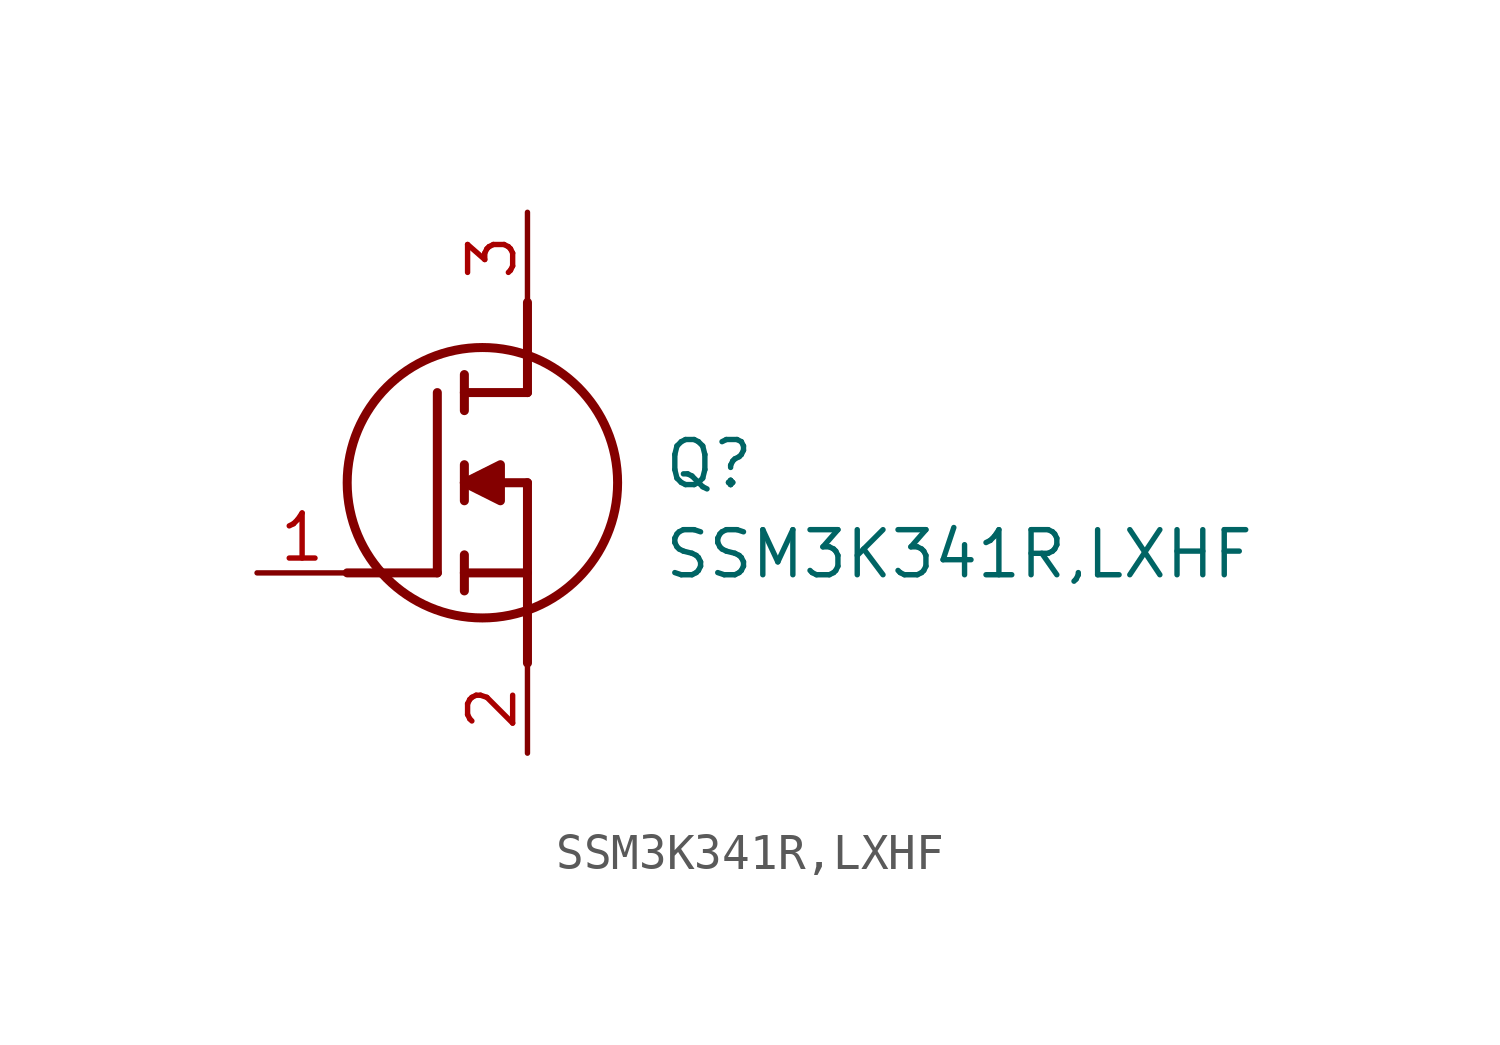
<source format=kicad_sym>
(kicad_symbol_lib
  (version 20211014)
  (generator SamacSys_ECAD_Model)
  (symbol "SSM3K341R,LXHF"
    (pin_names hide)
    (property "Reference" "Q"
      (at 11.43 3.81 0)
      (effects (font (size 1.27 1.27)) (justify left top)))
    (property "Value" "SSM3K341R,LXHF"
      (at 11.43 1.27 0)
      (effects (font (size 1.27 1.27)) (justify left top)))
    (polyline
      (pts (xy 7.62 2.54) (xy 7.62 -2.54))
      (stroke (width 0.254) (type default))
      (fill (type none)))
    (polyline
      (pts (xy 7.62 5.08) (xy 7.62 7.62))
      (stroke (width 0.254) (type default))
      (fill (type none)))
    (polyline
      (pts (xy 2.54 0) (xy 5.08 0))
      (stroke (width 0.254) (type default))
      (fill (type none)))
    (polyline
      (pts (xy 5.08 5.08) (xy 5.08 0))
      (stroke (width 0.254) (type default))
      (fill (type none)))
    (polyline
      (pts (xy 7.62 2.54) (xy 5.842 2.54))
      (stroke (width 0.254) (type default))
      (fill (type none)))
    (polyline
      (pts (xy 7.62 5.08) (xy 5.842 5.08))
      (stroke (width 0.254) (type default))
      (fill (type none)))
    (polyline
      (pts (xy 5.842 0) (xy 7.62 0))
      (stroke (width 0.254) (type default))
      (fill (type none)))
    (polyline
      (pts (xy 5.842 5.588) (xy 5.842 4.572))
      (stroke (width 0.254) (type default))
      (fill (type none)))
    (polyline
      (pts (xy 5.842 -0.508) (xy 5.842 0.508))
      (stroke (width 0.254) (type default))
      (fill (type none)))
    (polyline
      (pts (xy 5.842 2.032) (xy 5.842 3.048))
      (stroke (width 0.254) (type default))
      (fill (type none)))
    (circle
      (center 6.35 2.54)
      (radius 3.81)
      (stroke (width 0.254) (type default))
      (fill (type none)))
    (polyline
      (pts (xy 5.842 2.54) (xy 6.858 3.048) (xy 6.858 2.032) (xy 5.842 2.54))
      (stroke (width 0.254) (type default))
      (fill (type outline)))
    (pin passive line
      (at 0 0 0)
      (length 2.54)
      (name "G" (effects (font (size 1.27 1.27))))
      (number "1" (effects (font (size 1.27 1.27)))))
    (pin passive line
      (at 7.62 10.16 270)
      (length 2.54)
      (name "D" (effects (font (size 1.27 1.27))))
      (number "3" (effects (font (size 1.27 1.27)))))
    (pin passive line
      (at 7.62 -5.08 90)
      (length 2.54)
      (name "S" (effects (font (size 1.27 1.27))))
      (number "2" (effects (font (size 1.27 1.27)))))))
</source>
